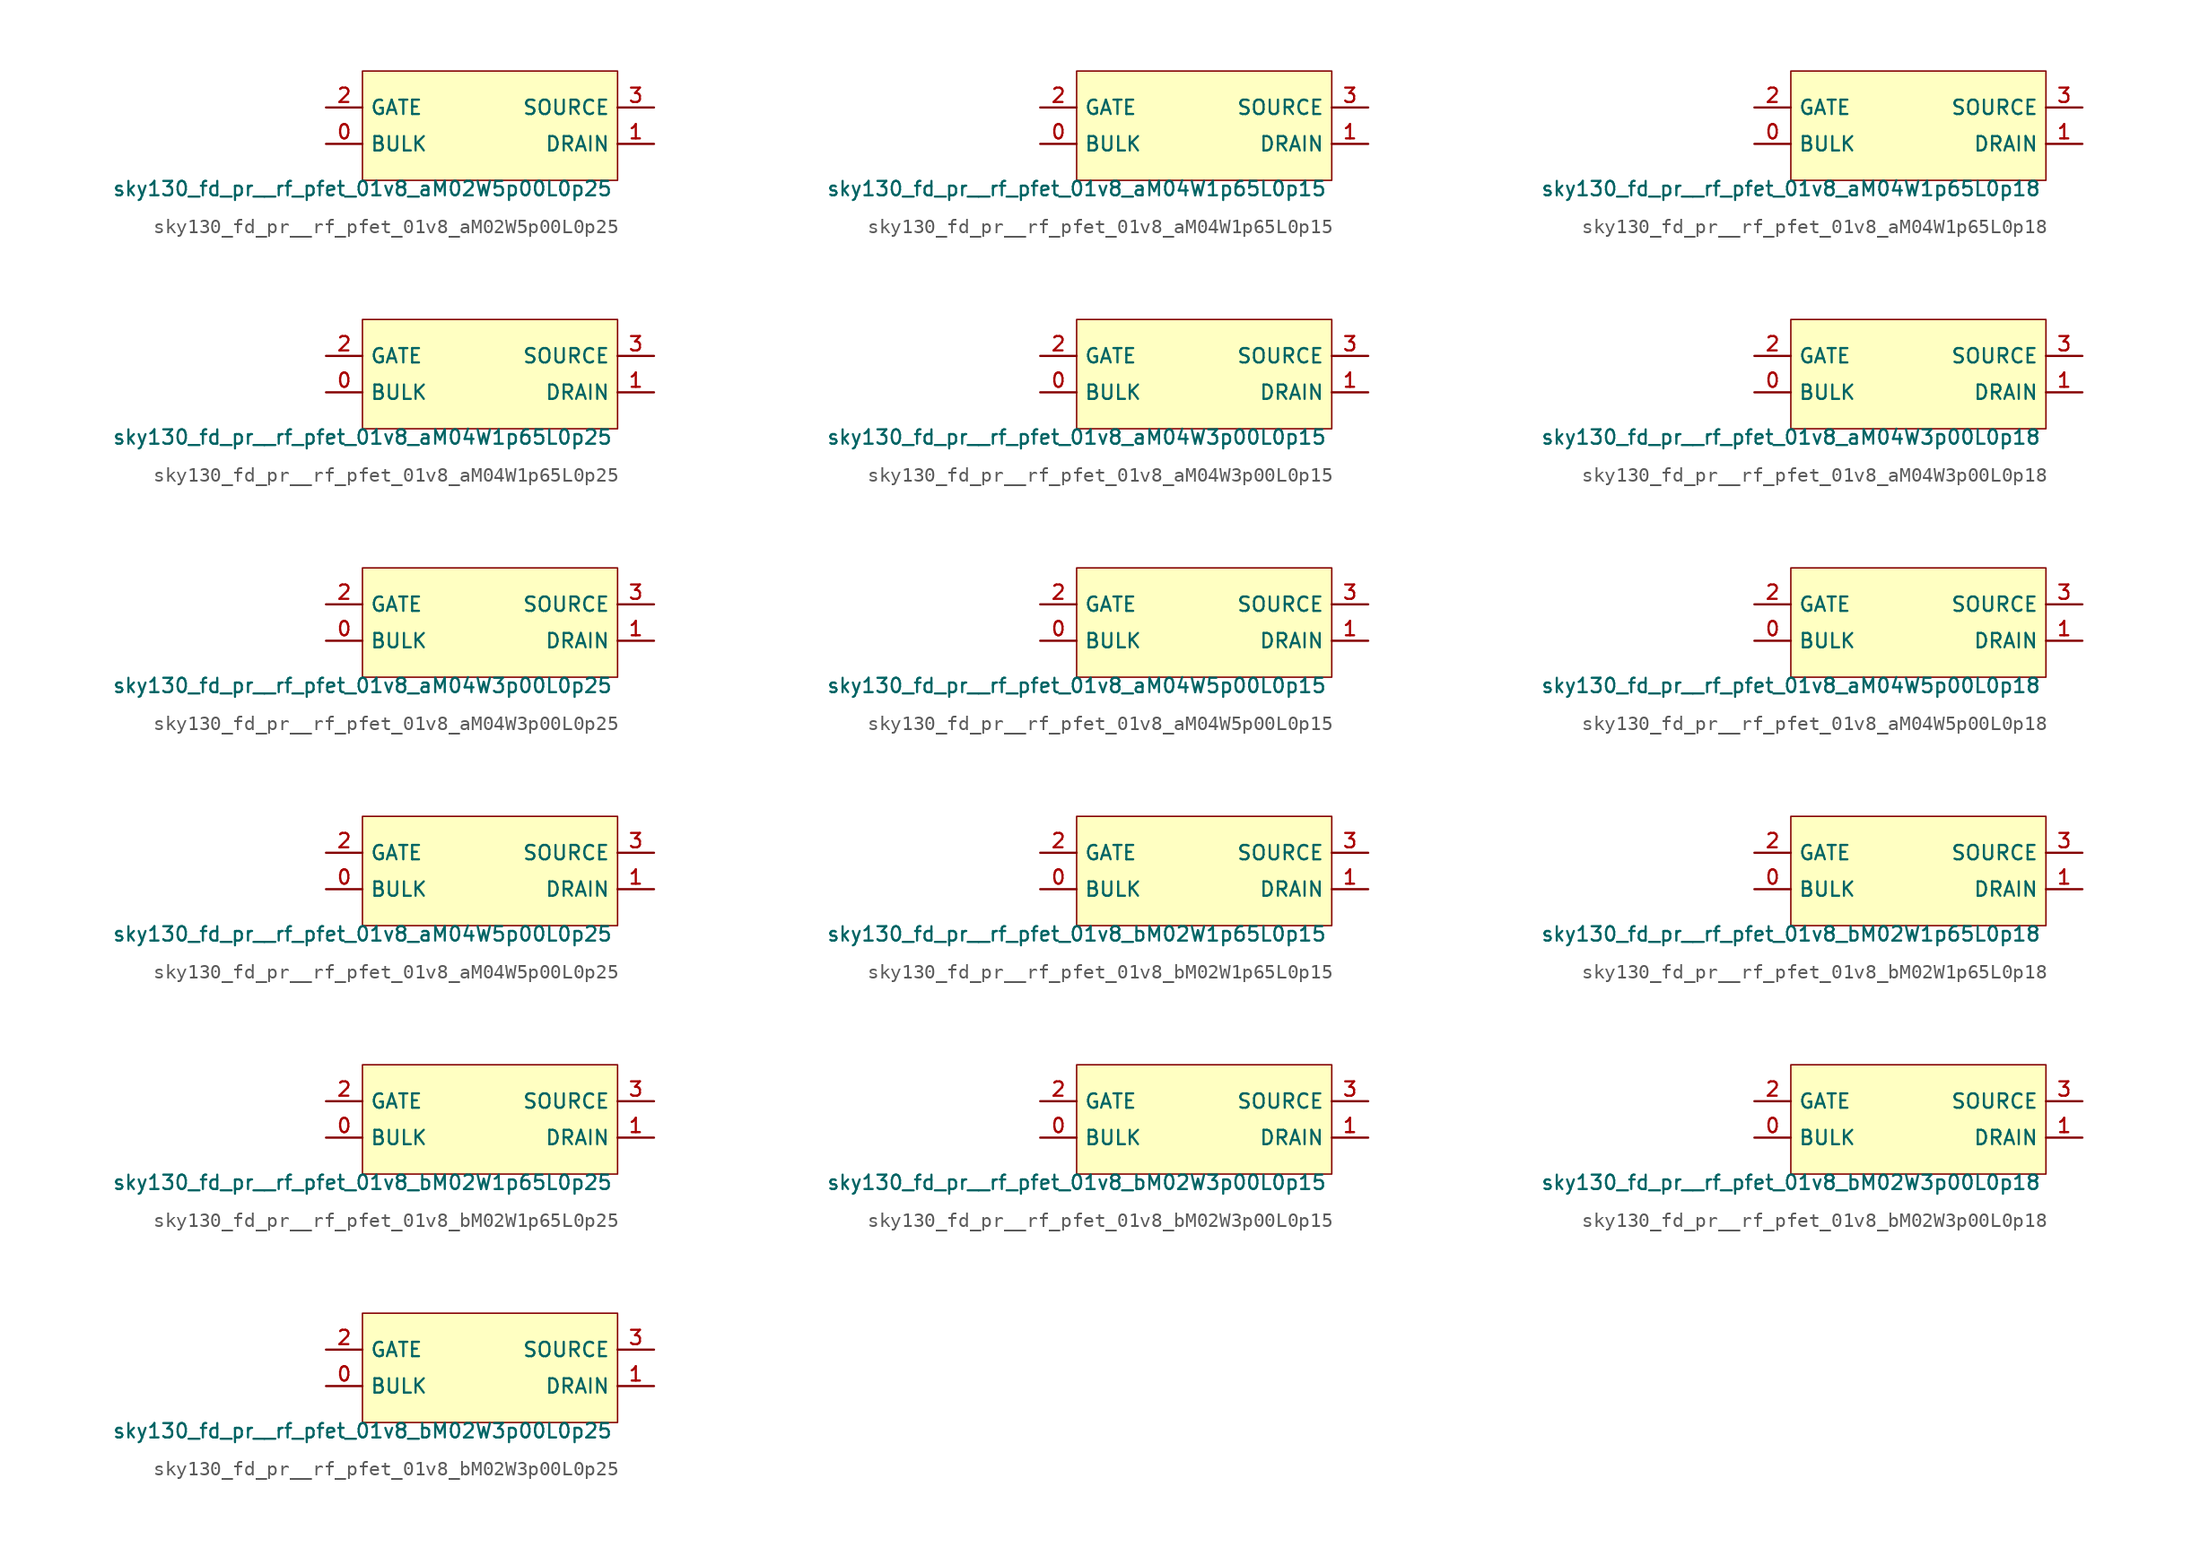
<source format=kicad_sym>
(kicad_symbol_lib
  (version 20211014)
  (generator lef2kicad_sym)
  (symbol "sky130_fd_pr__rf_pfet_01v8_aM02W5p00L0p25"
    (property "Reference" "X"
      (at 0 0 0)
      (effects (font (size 1 1)) hide))
    (property "Value" "sky130_fd_pr__rf_pfet_01v8_aM02W5p00L0p25"
      (at -8.89 -3.81 0)
      (effects (font (size 1 1)) (justify top)))
    (rectangle
      (start -8.89 -3.81)
      (end 8.89 3.81)
      (stroke (width 0.1) (type solid) (color 0 0 0 0))
      (fill (type background)))
    (pin bidirectional line
      (at -11.43 -1.27 0)
      (length 2.54)
      (name "BULK" (effects (font (size 1 1)) hide))
      (number "0" (effects (font (size 1 1)) hide)))
    (pin bidirectional line
      (at 11.43 -1.27 180)
      (length 2.54)
      (name "DRAIN" (effects (font (size 1 1)) hide))
      (number "1" (effects (font (size 1 1)) hide)))
    (pin bidirectional line
      (at -11.43 1.27 0)
      (length 2.54)
      (name "GATE" (effects (font (size 1 1)) hide))
      (number "2" (effects (font (size 1 1)) hide)))
    (pin bidirectional line
      (at 11.43 1.27 180)
      (length 2.54)
      (name "SOURCE" (effects (font (size 1 1)) hide))
      (number "3" (effects (font (size 1 1)) hide))))
  (symbol "sky130_fd_pr__rf_pfet_01v8_aM04W1p65L0p15"
    (property "Reference" "X"
      (at 0 0 0)
      (effects (font (size 1 1)) hide))
    (property "Value" "sky130_fd_pr__rf_pfet_01v8_aM04W1p65L0p15"
      (at -8.89 -3.81 0)
      (effects (font (size 1 1)) (justify top)))
    (rectangle
      (start -8.89 -3.81)
      (end 8.89 3.81)
      (stroke (width 0.1) (type solid) (color 0 0 0 0))
      (fill (type background)))
    (pin bidirectional line
      (at -11.43 -1.27 0)
      (length 2.54)
      (name "BULK" (effects (font (size 1 1)) hide))
      (number "0" (effects (font (size 1 1)) hide)))
    (pin bidirectional line
      (at 11.43 -1.27 180)
      (length 2.54)
      (name "DRAIN" (effects (font (size 1 1)) hide))
      (number "1" (effects (font (size 1 1)) hide)))
    (pin bidirectional line
      (at -11.43 1.27 0)
      (length 2.54)
      (name "GATE" (effects (font (size 1 1)) hide))
      (number "2" (effects (font (size 1 1)) hide)))
    (pin bidirectional line
      (at 11.43 1.27 180)
      (length 2.54)
      (name "SOURCE" (effects (font (size 1 1)) hide))
      (number "3" (effects (font (size 1 1)) hide))))
  (symbol "sky130_fd_pr__rf_pfet_01v8_aM04W1p65L0p18"
    (property "Reference" "X"
      (at 0 0 0)
      (effects (font (size 1 1)) hide))
    (property "Value" "sky130_fd_pr__rf_pfet_01v8_aM04W1p65L0p18"
      (at -8.89 -3.81 0)
      (effects (font (size 1 1)) (justify top)))
    (rectangle
      (start -8.89 -3.81)
      (end 8.89 3.81)
      (stroke (width 0.1) (type solid) (color 0 0 0 0))
      (fill (type background)))
    (pin bidirectional line
      (at -11.43 -1.27 0)
      (length 2.54)
      (name "BULK" (effects (font (size 1 1)) hide))
      (number "0" (effects (font (size 1 1)) hide)))
    (pin bidirectional line
      (at 11.43 -1.27 180)
      (length 2.54)
      (name "DRAIN" (effects (font (size 1 1)) hide))
      (number "1" (effects (font (size 1 1)) hide)))
    (pin bidirectional line
      (at -11.43 1.27 0)
      (length 2.54)
      (name "GATE" (effects (font (size 1 1)) hide))
      (number "2" (effects (font (size 1 1)) hide)))
    (pin bidirectional line
      (at 11.43 1.27 180)
      (length 2.54)
      (name "SOURCE" (effects (font (size 1 1)) hide))
      (number "3" (effects (font (size 1 1)) hide))))
  (symbol "sky130_fd_pr__rf_pfet_01v8_aM04W1p65L0p25"
    (property "Reference" "X"
      (at 0 0 0)
      (effects (font (size 1 1)) hide))
    (property "Value" "sky130_fd_pr__rf_pfet_01v8_aM04W1p65L0p25"
      (at -8.89 -3.81 0)
      (effects (font (size 1 1)) (justify top)))
    (rectangle
      (start -8.89 -3.81)
      (end 8.89 3.81)
      (stroke (width 0.1) (type solid) (color 0 0 0 0))
      (fill (type background)))
    (pin bidirectional line
      (at -11.43 -1.27 0)
      (length 2.54)
      (name "BULK" (effects (font (size 1 1)) hide))
      (number "0" (effects (font (size 1 1)) hide)))
    (pin bidirectional line
      (at 11.43 -1.27 180)
      (length 2.54)
      (name "DRAIN" (effects (font (size 1 1)) hide))
      (number "1" (effects (font (size 1 1)) hide)))
    (pin bidirectional line
      (at -11.43 1.27 0)
      (length 2.54)
      (name "GATE" (effects (font (size 1 1)) hide))
      (number "2" (effects (font (size 1 1)) hide)))
    (pin bidirectional line
      (at 11.43 1.27 180)
      (length 2.54)
      (name "SOURCE" (effects (font (size 1 1)) hide))
      (number "3" (effects (font (size 1 1)) hide))))
  (symbol "sky130_fd_pr__rf_pfet_01v8_aM04W3p00L0p15"
    (property "Reference" "X"
      (at 0 0 0)
      (effects (font (size 1 1)) hide))
    (property "Value" "sky130_fd_pr__rf_pfet_01v8_aM04W3p00L0p15"
      (at -8.89 -3.81 0)
      (effects (font (size 1 1)) (justify top)))
    (rectangle
      (start -8.89 -3.81)
      (end 8.89 3.81)
      (stroke (width 0.1) (type solid) (color 0 0 0 0))
      (fill (type background)))
    (pin bidirectional line
      (at -11.43 -1.27 0)
      (length 2.54)
      (name "BULK" (effects (font (size 1 1)) hide))
      (number "0" (effects (font (size 1 1)) hide)))
    (pin bidirectional line
      (at 11.43 -1.27 180)
      (length 2.54)
      (name "DRAIN" (effects (font (size 1 1)) hide))
      (number "1" (effects (font (size 1 1)) hide)))
    (pin bidirectional line
      (at -11.43 1.27 0)
      (length 2.54)
      (name "GATE" (effects (font (size 1 1)) hide))
      (number "2" (effects (font (size 1 1)) hide)))
    (pin bidirectional line
      (at 11.43 1.27 180)
      (length 2.54)
      (name "SOURCE" (effects (font (size 1 1)) hide))
      (number "3" (effects (font (size 1 1)) hide))))
  (symbol "sky130_fd_pr__rf_pfet_01v8_aM04W3p00L0p18"
    (property "Reference" "X"
      (at 0 0 0)
      (effects (font (size 1 1)) hide))
    (property "Value" "sky130_fd_pr__rf_pfet_01v8_aM04W3p00L0p18"
      (at -8.89 -3.81 0)
      (effects (font (size 1 1)) (justify top)))
    (rectangle
      (start -8.89 -3.81)
      (end 8.89 3.81)
      (stroke (width 0.1) (type solid) (color 0 0 0 0))
      (fill (type background)))
    (pin bidirectional line
      (at -11.43 -1.27 0)
      (length 2.54)
      (name "BULK" (effects (font (size 1 1)) hide))
      (number "0" (effects (font (size 1 1)) hide)))
    (pin bidirectional line
      (at 11.43 -1.27 180)
      (length 2.54)
      (name "DRAIN" (effects (font (size 1 1)) hide))
      (number "1" (effects (font (size 1 1)) hide)))
    (pin bidirectional line
      (at -11.43 1.27 0)
      (length 2.54)
      (name "GATE" (effects (font (size 1 1)) hide))
      (number "2" (effects (font (size 1 1)) hide)))
    (pin bidirectional line
      (at 11.43 1.27 180)
      (length 2.54)
      (name "SOURCE" (effects (font (size 1 1)) hide))
      (number "3" (effects (font (size 1 1)) hide))))
  (symbol "sky130_fd_pr__rf_pfet_01v8_aM04W3p00L0p25"
    (property "Reference" "X"
      (at 0 0 0)
      (effects (font (size 1 1)) hide))
    (property "Value" "sky130_fd_pr__rf_pfet_01v8_aM04W3p00L0p25"
      (at -8.89 -3.81 0)
      (effects (font (size 1 1)) (justify top)))
    (rectangle
      (start -8.89 -3.81)
      (end 8.89 3.81)
      (stroke (width 0.1) (type solid) (color 0 0 0 0))
      (fill (type background)))
    (pin bidirectional line
      (at -11.43 -1.27 0)
      (length 2.54)
      (name "BULK" (effects (font (size 1 1)) hide))
      (number "0" (effects (font (size 1 1)) hide)))
    (pin bidirectional line
      (at 11.43 -1.27 180)
      (length 2.54)
      (name "DRAIN" (effects (font (size 1 1)) hide))
      (number "1" (effects (font (size 1 1)) hide)))
    (pin bidirectional line
      (at -11.43 1.27 0)
      (length 2.54)
      (name "GATE" (effects (font (size 1 1)) hide))
      (number "2" (effects (font (size 1 1)) hide)))
    (pin bidirectional line
      (at 11.43 1.27 180)
      (length 2.54)
      (name "SOURCE" (effects (font (size 1 1)) hide))
      (number "3" (effects (font (size 1 1)) hide))))
  (symbol "sky130_fd_pr__rf_pfet_01v8_aM04W5p00L0p15"
    (property "Reference" "X"
      (at 0 0 0)
      (effects (font (size 1 1)) hide))
    (property "Value" "sky130_fd_pr__rf_pfet_01v8_aM04W5p00L0p15"
      (at -8.89 -3.81 0)
      (effects (font (size 1 1)) (justify top)))
    (rectangle
      (start -8.89 -3.81)
      (end 8.89 3.81)
      (stroke (width 0.1) (type solid) (color 0 0 0 0))
      (fill (type background)))
    (pin bidirectional line
      (at -11.43 -1.27 0)
      (length 2.54)
      (name "BULK" (effects (font (size 1 1)) hide))
      (number "0" (effects (font (size 1 1)) hide)))
    (pin bidirectional line
      (at 11.43 -1.27 180)
      (length 2.54)
      (name "DRAIN" (effects (font (size 1 1)) hide))
      (number "1" (effects (font (size 1 1)) hide)))
    (pin bidirectional line
      (at -11.43 1.27 0)
      (length 2.54)
      (name "GATE" (effects (font (size 1 1)) hide))
      (number "2" (effects (font (size 1 1)) hide)))
    (pin bidirectional line
      (at 11.43 1.27 180)
      (length 2.54)
      (name "SOURCE" (effects (font (size 1 1)) hide))
      (number "3" (effects (font (size 1 1)) hide))))
  (symbol "sky130_fd_pr__rf_pfet_01v8_aM04W5p00L0p18"
    (property "Reference" "X"
      (at 0 0 0)
      (effects (font (size 1 1)) hide))
    (property "Value" "sky130_fd_pr__rf_pfet_01v8_aM04W5p00L0p18"
      (at -8.89 -3.81 0)
      (effects (font (size 1 1)) (justify top)))
    (rectangle
      (start -8.89 -3.81)
      (end 8.89 3.81)
      (stroke (width 0.1) (type solid) (color 0 0 0 0))
      (fill (type background)))
    (pin bidirectional line
      (at -11.43 -1.27 0)
      (length 2.54)
      (name "BULK" (effects (font (size 1 1)) hide))
      (number "0" (effects (font (size 1 1)) hide)))
    (pin bidirectional line
      (at 11.43 -1.27 180)
      (length 2.54)
      (name "DRAIN" (effects (font (size 1 1)) hide))
      (number "1" (effects (font (size 1 1)) hide)))
    (pin bidirectional line
      (at -11.43 1.27 0)
      (length 2.54)
      (name "GATE" (effects (font (size 1 1)) hide))
      (number "2" (effects (font (size 1 1)) hide)))
    (pin bidirectional line
      (at 11.43 1.27 180)
      (length 2.54)
      (name "SOURCE" (effects (font (size 1 1)) hide))
      (number "3" (effects (font (size 1 1)) hide))))
  (symbol "sky130_fd_pr__rf_pfet_01v8_aM04W5p00L0p25"
    (property "Reference" "X"
      (at 0 0 0)
      (effects (font (size 1 1)) hide))
    (property "Value" "sky130_fd_pr__rf_pfet_01v8_aM04W5p00L0p25"
      (at -8.89 -3.81 0)
      (effects (font (size 1 1)) (justify top)))
    (rectangle
      (start -8.89 -3.81)
      (end 8.89 3.81)
      (stroke (width 0.1) (type solid) (color 0 0 0 0))
      (fill (type background)))
    (pin bidirectional line
      (at -11.43 -1.27 0)
      (length 2.54)
      (name "BULK" (effects (font (size 1 1)) hide))
      (number "0" (effects (font (size 1 1)) hide)))
    (pin bidirectional line
      (at 11.43 -1.27 180)
      (length 2.54)
      (name "DRAIN" (effects (font (size 1 1)) hide))
      (number "1" (effects (font (size 1 1)) hide)))
    (pin bidirectional line
      (at -11.43 1.27 0)
      (length 2.54)
      (name "GATE" (effects (font (size 1 1)) hide))
      (number "2" (effects (font (size 1 1)) hide)))
    (pin bidirectional line
      (at 11.43 1.27 180)
      (length 2.54)
      (name "SOURCE" (effects (font (size 1 1)) hide))
      (number "3" (effects (font (size 1 1)) hide))))
  (symbol "sky130_fd_pr__rf_pfet_01v8_bM02W1p65L0p15"
    (property "Reference" "X"
      (at 0 0 0)
      (effects (font (size 1 1)) hide))
    (property "Value" "sky130_fd_pr__rf_pfet_01v8_bM02W1p65L0p15"
      (at -8.89 -3.81 0)
      (effects (font (size 1 1)) (justify top)))
    (rectangle
      (start -8.89 -3.81)
      (end 8.89 3.81)
      (stroke (width 0.1) (type solid) (color 0 0 0 0))
      (fill (type background)))
    (pin bidirectional line
      (at -11.43 -1.27 0)
      (length 2.54)
      (name "BULK" (effects (font (size 1 1)) hide))
      (number "0" (effects (font (size 1 1)) hide)))
    (pin bidirectional line
      (at 11.43 -1.27 180)
      (length 2.54)
      (name "DRAIN" (effects (font (size 1 1)) hide))
      (number "1" (effects (font (size 1 1)) hide)))
    (pin bidirectional line
      (at -11.43 1.27 0)
      (length 2.54)
      (name "GATE" (effects (font (size 1 1)) hide))
      (number "2" (effects (font (size 1 1)) hide)))
    (pin bidirectional line
      (at 11.43 1.27 180)
      (length 2.54)
      (name "SOURCE" (effects (font (size 1 1)) hide))
      (number "3" (effects (font (size 1 1)) hide))))
  (symbol "sky130_fd_pr__rf_pfet_01v8_bM02W1p65L0p18"
    (property "Reference" "X"
      (at 0 0 0)
      (effects (font (size 1 1)) hide))
    (property "Value" "sky130_fd_pr__rf_pfet_01v8_bM02W1p65L0p18"
      (at -8.89 -3.81 0)
      (effects (font (size 1 1)) (justify top)))
    (rectangle
      (start -8.89 -3.81)
      (end 8.89 3.81)
      (stroke (width 0.1) (type solid) (color 0 0 0 0))
      (fill (type background)))
    (pin bidirectional line
      (at -11.43 -1.27 0)
      (length 2.54)
      (name "BULK" (effects (font (size 1 1)) hide))
      (number "0" (effects (font (size 1 1)) hide)))
    (pin bidirectional line
      (at 11.43 -1.27 180)
      (length 2.54)
      (name "DRAIN" (effects (font (size 1 1)) hide))
      (number "1" (effects (font (size 1 1)) hide)))
    (pin bidirectional line
      (at -11.43 1.27 0)
      (length 2.54)
      (name "GATE" (effects (font (size 1 1)) hide))
      (number "2" (effects (font (size 1 1)) hide)))
    (pin bidirectional line
      (at 11.43 1.27 180)
      (length 2.54)
      (name "SOURCE" (effects (font (size 1 1)) hide))
      (number "3" (effects (font (size 1 1)) hide))))
  (symbol "sky130_fd_pr__rf_pfet_01v8_bM02W1p65L0p25"
    (property "Reference" "X"
      (at 0 0 0)
      (effects (font (size 1 1)) hide))
    (property "Value" "sky130_fd_pr__rf_pfet_01v8_bM02W1p65L0p25"
      (at -8.89 -3.81 0)
      (effects (font (size 1 1)) (justify top)))
    (rectangle
      (start -8.89 -3.81)
      (end 8.89 3.81)
      (stroke (width 0.1) (type solid) (color 0 0 0 0))
      (fill (type background)))
    (pin bidirectional line
      (at -11.43 -1.27 0)
      (length 2.54)
      (name "BULK" (effects (font (size 1 1)) hide))
      (number "0" (effects (font (size 1 1)) hide)))
    (pin bidirectional line
      (at 11.43 -1.27 180)
      (length 2.54)
      (name "DRAIN" (effects (font (size 1 1)) hide))
      (number "1" (effects (font (size 1 1)) hide)))
    (pin bidirectional line
      (at -11.43 1.27 0)
      (length 2.54)
      (name "GATE" (effects (font (size 1 1)) hide))
      (number "2" (effects (font (size 1 1)) hide)))
    (pin bidirectional line
      (at 11.43 1.27 180)
      (length 2.54)
      (name "SOURCE" (effects (font (size 1 1)) hide))
      (number "3" (effects (font (size 1 1)) hide))))
  (symbol "sky130_fd_pr__rf_pfet_01v8_bM02W3p00L0p15"
    (property "Reference" "X"
      (at 0 0 0)
      (effects (font (size 1 1)) hide))
    (property "Value" "sky130_fd_pr__rf_pfet_01v8_bM02W3p00L0p15"
      (at -8.89 -3.81 0)
      (effects (font (size 1 1)) (justify top)))
    (rectangle
      (start -8.89 -3.81)
      (end 8.89 3.81)
      (stroke (width 0.1) (type solid) (color 0 0 0 0))
      (fill (type background)))
    (pin bidirectional line
      (at -11.43 -1.27 0)
      (length 2.54)
      (name "BULK" (effects (font (size 1 1)) hide))
      (number "0" (effects (font (size 1 1)) hide)))
    (pin bidirectional line
      (at 11.43 -1.27 180)
      (length 2.54)
      (name "DRAIN" (effects (font (size 1 1)) hide))
      (number "1" (effects (font (size 1 1)) hide)))
    (pin bidirectional line
      (at -11.43 1.27 0)
      (length 2.54)
      (name "GATE" (effects (font (size 1 1)) hide))
      (number "2" (effects (font (size 1 1)) hide)))
    (pin bidirectional line
      (at 11.43 1.27 180)
      (length 2.54)
      (name "SOURCE" (effects (font (size 1 1)) hide))
      (number "3" (effects (font (size 1 1)) hide))))
  (symbol "sky130_fd_pr__rf_pfet_01v8_bM02W3p00L0p18"
    (property "Reference" "X"
      (at 0 0 0)
      (effects (font (size 1 1)) hide))
    (property "Value" "sky130_fd_pr__rf_pfet_01v8_bM02W3p00L0p18"
      (at -8.89 -3.81 0)
      (effects (font (size 1 1)) (justify top)))
    (rectangle
      (start -8.89 -3.81)
      (end 8.89 3.81)
      (stroke (width 0.1) (type solid) (color 0 0 0 0))
      (fill (type background)))
    (pin bidirectional line
      (at -11.43 -1.27 0)
      (length 2.54)
      (name "BULK" (effects (font (size 1 1)) hide))
      (number "0" (effects (font (size 1 1)) hide)))
    (pin bidirectional line
      (at 11.43 -1.27 180)
      (length 2.54)
      (name "DRAIN" (effects (font (size 1 1)) hide))
      (number "1" (effects (font (size 1 1)) hide)))
    (pin bidirectional line
      (at -11.43 1.27 0)
      (length 2.54)
      (name "GATE" (effects (font (size 1 1)) hide))
      (number "2" (effects (font (size 1 1)) hide)))
    (pin bidirectional line
      (at 11.43 1.27 180)
      (length 2.54)
      (name "SOURCE" (effects (font (size 1 1)) hide))
      (number "3" (effects (font (size 1 1)) hide))))
  (symbol "sky130_fd_pr__rf_pfet_01v8_bM02W3p00L0p25"
    (property "Reference" "X"
      (at 0 0 0)
      (effects (font (size 1 1)) hide))
    (property "Value" "sky130_fd_pr__rf_pfet_01v8_bM02W3p00L0p25"
      (at -8.89 -3.81 0)
      (effects (font (size 1 1)) (justify top)))
    (rectangle
      (start -8.89 -3.81)
      (end 8.89 3.81)
      (stroke (width 0.1) (type solid) (color 0 0 0 0))
      (fill (type background)))
    (pin bidirectional line
      (at -11.43 -1.27 0)
      (length 2.54)
      (name "BULK" (effects (font (size 1 1)) hide))
      (number "0" (effects (font (size 1 1)) hide)))
    (pin bidirectional line
      (at 11.43 -1.27 180)
      (length 2.54)
      (name "DRAIN" (effects (font (size 1 1)) hide))
      (number "1" (effects (font (size 1 1)) hide)))
    (pin bidirectional line
      (at -11.43 1.27 0)
      (length 2.54)
      (name "GATE" (effects (font (size 1 1)) hide))
      (number "2" (effects (font (size 1 1)) hide)))
    (pin bidirectional line
      (at 11.43 1.27 180)
      (length 2.54)
      (name "SOURCE" (effects (font (size 1 1)) hide))
      (number "3" (effects (font (size 1 1)) hide)))))
</source>
